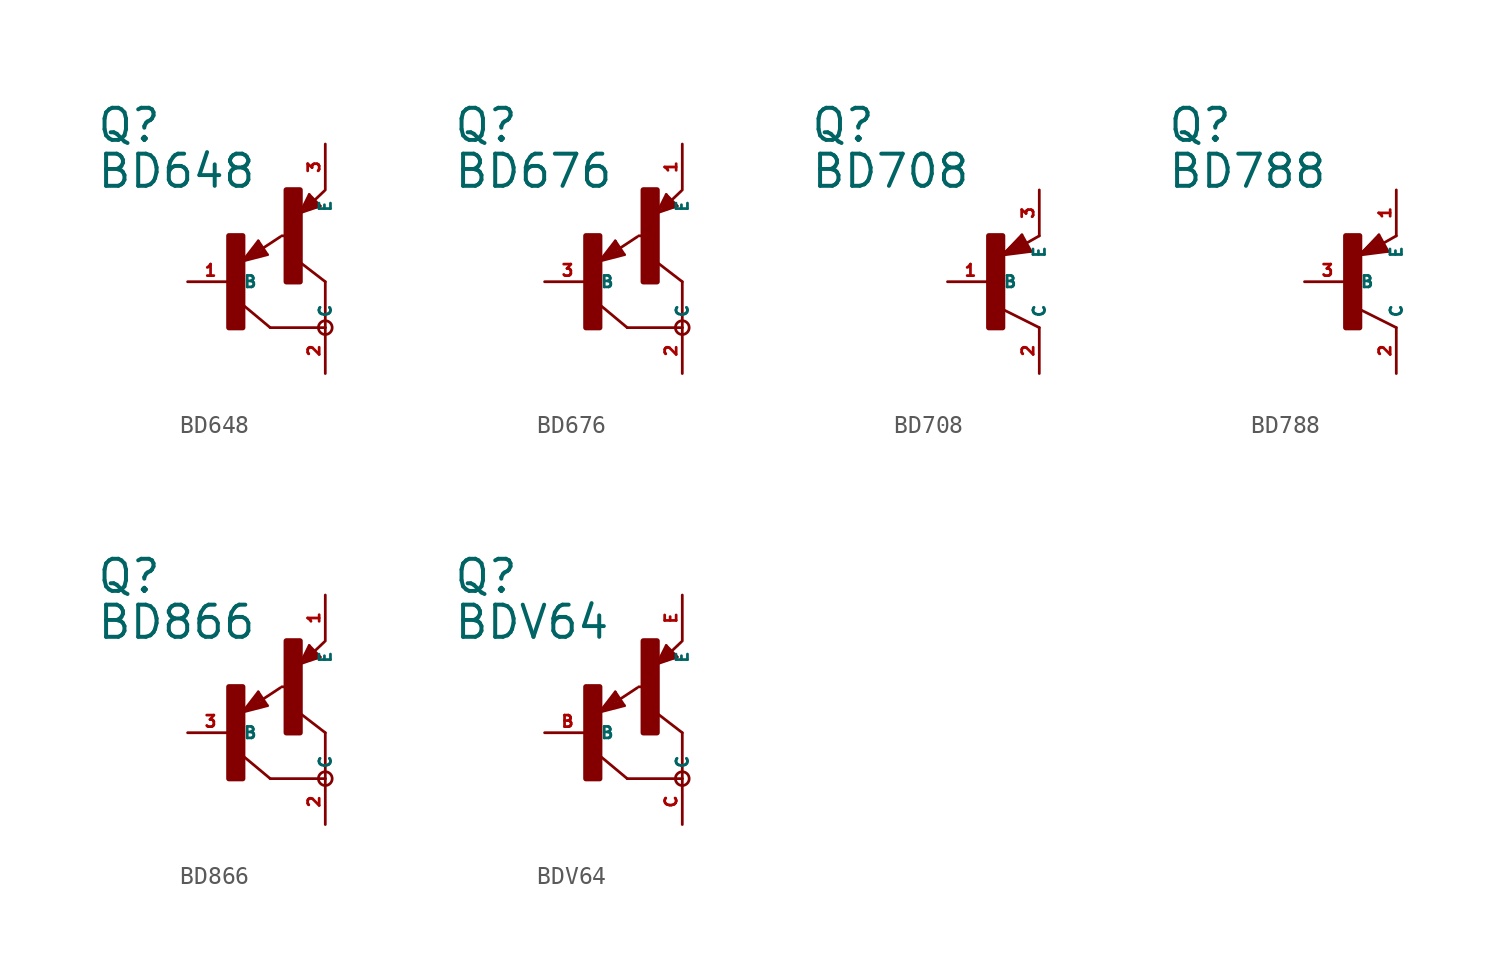
<source format=kicad_sym>
(kicad_symbol_lib
  (version 20220914)
  (generator Eagle2Kicad)
  (symbol "BD648"
    (property "Reference" "Q"
      (at -7.62 7.62 0)
      (effects (font (size 1.778 1.778) (thickness 0.22)) (justify left bottom)))
    (property "Value" "BD648"
      (at -7.62 5.08 0)
      (effects (font (size 1.778 1.778) (thickness 0.22)) (justify left bottom)))
    (polyline
      (pts (xy 5.08 -2.54) (xy 2.032 -2.54))
      (stroke (width 0.152) (type default))
      (fill (type none)))
    (polyline
      (pts (xy 2.032 -2.54) (xy 0.508 -1.27))
      (stroke (width 0.152) (type default))
      (fill (type none)))
    (polyline
      (pts (xy 5.08 0) (xy 3.429 1.27))
      (stroke (width 0.152) (type default))
      (fill (type none)))
    (polyline
      (pts (xy 1.37 2.259) (xy 0.508 1.143))
      (stroke (width 0.152) (type default))
      (fill (type none)))
    (polyline
      (pts (xy 1.878 1.497) (xy 1.37 2.259))
      (stroke (width 0.152) (type default))
      (fill (type none)))
    (polyline
      (pts (xy 0.508 1.143) (xy 1.878 1.497))
      (stroke (width 0.152) (type default))
      (fill (type none)))
    (polyline
      (pts (xy 1.608 1.843) (xy 2.586 2.486))
      (stroke (width 0.152) (type default))
      (fill (type none)))
    (polyline
      (pts (xy 0.635 1.27) (xy 1.397 2.159))
      (stroke (width 0.127) (type default))
      (fill (type none)))
    (polyline
      (pts (xy 1.397 2.159) (xy 1.778 1.524))
      (stroke (width 0.127) (type default))
      (fill (type none)))
    (polyline
      (pts (xy 1.778 1.524) (xy 0.762 1.27))
      (stroke (width 0.127) (type default))
      (fill (type none)))
    (polyline
      (pts (xy 0.762 1.27) (xy 1.397 2.032))
      (stroke (width 0.127) (type default))
      (fill (type none)))
    (polyline
      (pts (xy 1.397 2.032) (xy 1.651 1.651))
      (stroke (width 0.127) (type default))
      (fill (type none)))
    (polyline
      (pts (xy 1.651 1.651) (xy 0.889 1.397))
      (stroke (width 0.254) (type default))
      (fill (type none)))
    (polyline
      (pts (xy 0.889 1.397) (xy 1.397 1.905))
      (stroke (width 0.254) (type default))
      (fill (type none)))
    (polyline
      (pts (xy 1.397 1.905) (xy 1.397 1.778))
      (stroke (width 0.254) (type default))
      (fill (type none)))
    (polyline
      (pts (xy 3.683 3.81) (xy 4.799 4.191))
      (stroke (width 0.152) (type default))
      (fill (type none)))
    (polyline
      (pts (xy 4.191 4.826) (xy 3.683 3.81))
      (stroke (width 0.152) (type default))
      (fill (type none)))
    (polyline
      (pts (xy 4.799 4.191) (xy 4.191 4.826))
      (stroke (width 0.152) (type default))
      (fill (type none)))
    (polyline
      (pts (xy 4.483 4.51) (xy 5.026 5.026))
      (stroke (width 0.152) (type default))
      (fill (type none)))
    (polyline
      (pts (xy 3.81 3.937) (xy 4.191 4.699))
      (stroke (width 0.127) (type default))
      (fill (type none)))
    (polyline
      (pts (xy 4.191 4.699) (xy 4.699 4.191))
      (stroke (width 0.127) (type default))
      (fill (type none)))
    (polyline
      (pts (xy 4.699 4.191) (xy 3.937 3.937))
      (stroke (width 0.127) (type default))
      (fill (type none)))
    (polyline
      (pts (xy 3.937 3.937) (xy 4.191 4.572))
      (stroke (width 0.127) (type default))
      (fill (type none)))
    (polyline
      (pts (xy 4.191 4.572) (xy 4.572 4.191))
      (stroke (width 0.254) (type default))
      (fill (type none)))
    (polyline
      (pts (xy 4.572 4.191) (xy 4.064 4.064))
      (stroke (width 0.254) (type default))
      (fill (type none)))
    (polyline
      (pts (xy 4.064 4.064) (xy 4.191 4.318))
      (stroke (width 0.254) (type default))
      (fill (type none)))
    (polyline
      (pts (xy 4.191 4.318) (xy 4.318 4.318))
      (stroke (width 0.254) (type default))
      (fill (type none)))
    (polyline
      (pts (xy 5.08 -2.54) (xy 5.08 0))
      (stroke (width 0.152) (type default))
      (fill (type none)))
    (polyline
      (pts (xy 2.667 2.54) (xy 2.921 2.54))
      (stroke (width 0.152) (type default))
      (fill (type none)))
    (circle
      (center 5.08 -2.54)
      (radius 0.381)
      (stroke (width 0) (type default))
      (fill (type none)))
    (rectangle
      (start -0.254 -2.54)
      (end 0.508 2.54)
      (stroke (width 0.3) (type default))
      (fill (type outline)))
    (rectangle
      (start 2.921 0)
      (end 3.683 5.08)
      (stroke (width 0.3) (type default))
      (fill (type outline)))
    (pin passive line
      (at -2.54 0 0)
      (length 2.54)
      (name "B" (effects (font (size 0.635 0.635) (thickness 0.08)) (justify left bottom)))
      (number "1" (effects (font (size 0.635 0.635) (thickness 0.08)) (justify left bottom))))
    (pin passive line
      (at 5.08 7.62 270)
      (length 2.54)
      (name "E" (effects (font (size 0.635 0.635) (thickness 0.08)) (justify left bottom)))
      (number "3" (effects (font (size 0.635 0.635) (thickness 0.08)) (justify left bottom))))
    (pin passive line
      (at 5.08 -5.08 90)
      (length 2.54)
      (name "C" (effects (font (size 0.635 0.635) (thickness 0.08)) (justify left bottom)))
      (number "2" (effects (font (size 0.635 0.635) (thickness 0.08)) (justify left bottom)))))
  (symbol "BD676"
    (property "Reference" "Q"
      (at -7.62 7.62 0)
      (effects (font (size 1.778 1.778) (thickness 0.22)) (justify left bottom)))
    (property "Value" "BD676"
      (at -7.62 5.08 0)
      (effects (font (size 1.778 1.778) (thickness 0.22)) (justify left bottom)))
    (polyline
      (pts (xy 5.08 -2.54) (xy 2.032 -2.54))
      (stroke (width 0.152) (type default))
      (fill (type none)))
    (polyline
      (pts (xy 2.032 -2.54) (xy 0.508 -1.27))
      (stroke (width 0.152) (type default))
      (fill (type none)))
    (polyline
      (pts (xy 5.08 0) (xy 3.429 1.27))
      (stroke (width 0.152) (type default))
      (fill (type none)))
    (polyline
      (pts (xy 1.37 2.259) (xy 0.508 1.143))
      (stroke (width 0.152) (type default))
      (fill (type none)))
    (polyline
      (pts (xy 1.878 1.497) (xy 1.37 2.259))
      (stroke (width 0.152) (type default))
      (fill (type none)))
    (polyline
      (pts (xy 0.508 1.143) (xy 1.878 1.497))
      (stroke (width 0.152) (type default))
      (fill (type none)))
    (polyline
      (pts (xy 1.608 1.843) (xy 2.586 2.486))
      (stroke (width 0.152) (type default))
      (fill (type none)))
    (polyline
      (pts (xy 0.635 1.27) (xy 1.397 2.159))
      (stroke (width 0.127) (type default))
      (fill (type none)))
    (polyline
      (pts (xy 1.397 2.159) (xy 1.778 1.524))
      (stroke (width 0.127) (type default))
      (fill (type none)))
    (polyline
      (pts (xy 1.778 1.524) (xy 0.762 1.27))
      (stroke (width 0.127) (type default))
      (fill (type none)))
    (polyline
      (pts (xy 0.762 1.27) (xy 1.397 2.032))
      (stroke (width 0.127) (type default))
      (fill (type none)))
    (polyline
      (pts (xy 1.397 2.032) (xy 1.651 1.651))
      (stroke (width 0.127) (type default))
      (fill (type none)))
    (polyline
      (pts (xy 1.651 1.651) (xy 0.889 1.397))
      (stroke (width 0.254) (type default))
      (fill (type none)))
    (polyline
      (pts (xy 0.889 1.397) (xy 1.397 1.905))
      (stroke (width 0.254) (type default))
      (fill (type none)))
    (polyline
      (pts (xy 1.397 1.905) (xy 1.397 1.778))
      (stroke (width 0.254) (type default))
      (fill (type none)))
    (polyline
      (pts (xy 3.683 3.81) (xy 4.799 4.191))
      (stroke (width 0.152) (type default))
      (fill (type none)))
    (polyline
      (pts (xy 4.191 4.826) (xy 3.683 3.81))
      (stroke (width 0.152) (type default))
      (fill (type none)))
    (polyline
      (pts (xy 4.799 4.191) (xy 4.191 4.826))
      (stroke (width 0.152) (type default))
      (fill (type none)))
    (polyline
      (pts (xy 4.483 4.51) (xy 5.026 5.026))
      (stroke (width 0.152) (type default))
      (fill (type none)))
    (polyline
      (pts (xy 3.81 3.937) (xy 4.191 4.699))
      (stroke (width 0.127) (type default))
      (fill (type none)))
    (polyline
      (pts (xy 4.191 4.699) (xy 4.699 4.191))
      (stroke (width 0.127) (type default))
      (fill (type none)))
    (polyline
      (pts (xy 4.699 4.191) (xy 3.937 3.937))
      (stroke (width 0.127) (type default))
      (fill (type none)))
    (polyline
      (pts (xy 3.937 3.937) (xy 4.191 4.572))
      (stroke (width 0.127) (type default))
      (fill (type none)))
    (polyline
      (pts (xy 4.191 4.572) (xy 4.572 4.191))
      (stroke (width 0.254) (type default))
      (fill (type none)))
    (polyline
      (pts (xy 4.572 4.191) (xy 4.064 4.064))
      (stroke (width 0.254) (type default))
      (fill (type none)))
    (polyline
      (pts (xy 4.064 4.064) (xy 4.191 4.318))
      (stroke (width 0.254) (type default))
      (fill (type none)))
    (polyline
      (pts (xy 4.191 4.318) (xy 4.318 4.318))
      (stroke (width 0.254) (type default))
      (fill (type none)))
    (polyline
      (pts (xy 5.08 -2.54) (xy 5.08 0))
      (stroke (width 0.152) (type default))
      (fill (type none)))
    (polyline
      (pts (xy 2.667 2.54) (xy 2.921 2.54))
      (stroke (width 0.152) (type default))
      (fill (type none)))
    (circle
      (center 5.08 -2.54)
      (radius 0.381)
      (stroke (width 0) (type default))
      (fill (type none)))
    (rectangle
      (start -0.254 -2.54)
      (end 0.508 2.54)
      (stroke (width 0.3) (type default))
      (fill (type outline)))
    (rectangle
      (start 2.921 0)
      (end 3.683 5.08)
      (stroke (width 0.3) (type default))
      (fill (type outline)))
    (pin passive line
      (at -2.54 0 0)
      (length 2.54)
      (name "B" (effects (font (size 0.635 0.635) (thickness 0.08)) (justify left bottom)))
      (number "3" (effects (font (size 0.635 0.635) (thickness 0.08)) (justify left bottom))))
    (pin passive line
      (at 5.08 7.62 270)
      (length 2.54)
      (name "E" (effects (font (size 0.635 0.635) (thickness 0.08)) (justify left bottom)))
      (number "1" (effects (font (size 0.635 0.635) (thickness 0.08)) (justify left bottom))))
    (pin passive line
      (at 5.08 -5.08 90)
      (length 2.54)
      (name "C" (effects (font (size 0.635 0.635) (thickness 0.08)) (justify left bottom)))
      (number "2" (effects (font (size 0.635 0.635) (thickness 0.08)) (justify left bottom)))))
  (symbol "BD708"
    (property "Reference" "Q"
      (at -10.16 7.62 0)
      (effects (font (size 1.778 1.778) (thickness 0.22)) (justify left bottom)))
    (property "Value" "BD708"
      (at -10.16 5.08 0)
      (effects (font (size 1.778 1.778) (thickness 0.22)) (justify left bottom)))
    (polyline
      (pts (xy 2.086 1.678) (xy 1.578 2.594))
      (stroke (width 0.152) (type default))
      (fill (type none)))
    (polyline
      (pts (xy 1.578 2.594) (xy 0.516 1.478))
      (stroke (width 0.152) (type default))
      (fill (type none)))
    (polyline
      (pts (xy 0.516 1.478) (xy 2.086 1.678))
      (stroke (width 0.152) (type default))
      (fill (type none)))
    (polyline
      (pts (xy 2.54 2.54) (xy 1.808 2.124))
      (stroke (width 0.152) (type default))
      (fill (type none)))
    (polyline
      (pts (xy 2.54 -2.54) (xy 0.508 -1.524))
      (stroke (width 0.152) (type default))
      (fill (type none)))
    (polyline
      (pts (xy 1.905 1.778) (xy 1.524 2.413))
      (stroke (width 0.254) (type default))
      (fill (type none)))
    (polyline
      (pts (xy 1.524 2.413) (xy 0.762 1.651))
      (stroke (width 0.254) (type default))
      (fill (type none)))
    (polyline
      (pts (xy 0.762 1.651) (xy 1.778 1.778))
      (stroke (width 0.254) (type default))
      (fill (type none)))
    (polyline
      (pts (xy 1.778 1.778) (xy 1.524 2.159))
      (stroke (width 0.254) (type default))
      (fill (type none)))
    (polyline
      (pts (xy 1.524 2.159) (xy 1.143 1.905))
      (stroke (width 0.254) (type default))
      (fill (type none)))
    (polyline
      (pts (xy 1.143 1.905) (xy 1.524 1.905))
      (stroke (width 0.254) (type default))
      (fill (type none)))
    (rectangle
      (start -0.254 -2.54)
      (end 0.508 2.54)
      (stroke (width 0.3) (type default))
      (fill (type outline)))
    (pin passive line
      (at -2.54 0 0)
      (length 2.54)
      (name "B" (effects (font (size 0.635 0.635) (thickness 0.08)) (justify left bottom)))
      (number "1" (effects (font (size 0.635 0.635) (thickness 0.08)) (justify left bottom))))
    (pin passive line
      (at 2.54 5.08 270)
      (length 2.54)
      (name "E" (effects (font (size 0.635 0.635) (thickness 0.08)) (justify left bottom)))
      (number "3" (effects (font (size 0.635 0.635) (thickness 0.08)) (justify left bottom))))
    (pin passive line
      (at 2.54 -5.08 90)
      (length 2.54)
      (name "C" (effects (font (size 0.635 0.635) (thickness 0.08)) (justify left bottom)))
      (number "2" (effects (font (size 0.635 0.635) (thickness 0.08)) (justify left bottom)))))
  (symbol "BD788"
    (property "Reference" "Q"
      (at -10.16 7.62 0)
      (effects (font (size 1.778 1.778) (thickness 0.22)) (justify left bottom)))
    (property "Value" "BD788"
      (at -10.16 5.08 0)
      (effects (font (size 1.778 1.778) (thickness 0.22)) (justify left bottom)))
    (polyline
      (pts (xy 2.086 1.678) (xy 1.578 2.594))
      (stroke (width 0.152) (type default))
      (fill (type none)))
    (polyline
      (pts (xy 1.578 2.594) (xy 0.516 1.478))
      (stroke (width 0.152) (type default))
      (fill (type none)))
    (polyline
      (pts (xy 0.516 1.478) (xy 2.086 1.678))
      (stroke (width 0.152) (type default))
      (fill (type none)))
    (polyline
      (pts (xy 2.54 2.54) (xy 1.808 2.124))
      (stroke (width 0.152) (type default))
      (fill (type none)))
    (polyline
      (pts (xy 2.54 -2.54) (xy 0.508 -1.524))
      (stroke (width 0.152) (type default))
      (fill (type none)))
    (polyline
      (pts (xy 1.905 1.778) (xy 1.524 2.413))
      (stroke (width 0.254) (type default))
      (fill (type none)))
    (polyline
      (pts (xy 1.524 2.413) (xy 0.762 1.651))
      (stroke (width 0.254) (type default))
      (fill (type none)))
    (polyline
      (pts (xy 0.762 1.651) (xy 1.778 1.778))
      (stroke (width 0.254) (type default))
      (fill (type none)))
    (polyline
      (pts (xy 1.778 1.778) (xy 1.524 2.159))
      (stroke (width 0.254) (type default))
      (fill (type none)))
    (polyline
      (pts (xy 1.524 2.159) (xy 1.143 1.905))
      (stroke (width 0.254) (type default))
      (fill (type none)))
    (polyline
      (pts (xy 1.143 1.905) (xy 1.524 1.905))
      (stroke (width 0.254) (type default))
      (fill (type none)))
    (rectangle
      (start -0.254 -2.54)
      (end 0.508 2.54)
      (stroke (width 0.3) (type default))
      (fill (type outline)))
    (pin passive line
      (at -2.54 0 0)
      (length 2.54)
      (name "B" (effects (font (size 0.635 0.635) (thickness 0.08)) (justify left bottom)))
      (number "3" (effects (font (size 0.635 0.635) (thickness 0.08)) (justify left bottom))))
    (pin passive line
      (at 2.54 5.08 270)
      (length 2.54)
      (name "E" (effects (font (size 0.635 0.635) (thickness 0.08)) (justify left bottom)))
      (number "1" (effects (font (size 0.635 0.635) (thickness 0.08)) (justify left bottom))))
    (pin passive line
      (at 2.54 -5.08 90)
      (length 2.54)
      (name "C" (effects (font (size 0.635 0.635) (thickness 0.08)) (justify left bottom)))
      (number "2" (effects (font (size 0.635 0.635) (thickness 0.08)) (justify left bottom)))))
  (symbol "BD866"
    (property "Reference" "Q"
      (at -7.62 7.62 0)
      (effects (font (size 1.778 1.778) (thickness 0.22)) (justify left bottom)))
    (property "Value" "BD866"
      (at -7.62 5.08 0)
      (effects (font (size 1.778 1.778) (thickness 0.22)) (justify left bottom)))
    (polyline
      (pts (xy 5.08 -2.54) (xy 2.032 -2.54))
      (stroke (width 0.152) (type default))
      (fill (type none)))
    (polyline
      (pts (xy 2.032 -2.54) (xy 0.508 -1.27))
      (stroke (width 0.152) (type default))
      (fill (type none)))
    (polyline
      (pts (xy 5.08 0) (xy 3.429 1.27))
      (stroke (width 0.152) (type default))
      (fill (type none)))
    (polyline
      (pts (xy 1.37 2.259) (xy 0.508 1.143))
      (stroke (width 0.152) (type default))
      (fill (type none)))
    (polyline
      (pts (xy 1.878 1.497) (xy 1.37 2.259))
      (stroke (width 0.152) (type default))
      (fill (type none)))
    (polyline
      (pts (xy 0.508 1.143) (xy 1.878 1.497))
      (stroke (width 0.152) (type default))
      (fill (type none)))
    (polyline
      (pts (xy 1.608 1.843) (xy 2.586 2.486))
      (stroke (width 0.152) (type default))
      (fill (type none)))
    (polyline
      (pts (xy 0.635 1.27) (xy 1.397 2.159))
      (stroke (width 0.127) (type default))
      (fill (type none)))
    (polyline
      (pts (xy 1.397 2.159) (xy 1.778 1.524))
      (stroke (width 0.127) (type default))
      (fill (type none)))
    (polyline
      (pts (xy 1.778 1.524) (xy 0.762 1.27))
      (stroke (width 0.127) (type default))
      (fill (type none)))
    (polyline
      (pts (xy 0.762 1.27) (xy 1.397 2.032))
      (stroke (width 0.127) (type default))
      (fill (type none)))
    (polyline
      (pts (xy 1.397 2.032) (xy 1.651 1.651))
      (stroke (width 0.127) (type default))
      (fill (type none)))
    (polyline
      (pts (xy 1.651 1.651) (xy 0.889 1.397))
      (stroke (width 0.254) (type default))
      (fill (type none)))
    (polyline
      (pts (xy 0.889 1.397) (xy 1.397 1.905))
      (stroke (width 0.254) (type default))
      (fill (type none)))
    (polyline
      (pts (xy 1.397 1.905) (xy 1.397 1.778))
      (stroke (width 0.254) (type default))
      (fill (type none)))
    (polyline
      (pts (xy 3.683 3.81) (xy 4.799 4.191))
      (stroke (width 0.152) (type default))
      (fill (type none)))
    (polyline
      (pts (xy 4.191 4.826) (xy 3.683 3.81))
      (stroke (width 0.152) (type default))
      (fill (type none)))
    (polyline
      (pts (xy 4.799 4.191) (xy 4.191 4.826))
      (stroke (width 0.152) (type default))
      (fill (type none)))
    (polyline
      (pts (xy 4.483 4.51) (xy 5.026 5.026))
      (stroke (width 0.152) (type default))
      (fill (type none)))
    (polyline
      (pts (xy 3.81 3.937) (xy 4.191 4.699))
      (stroke (width 0.127) (type default))
      (fill (type none)))
    (polyline
      (pts (xy 4.191 4.699) (xy 4.699 4.191))
      (stroke (width 0.127) (type default))
      (fill (type none)))
    (polyline
      (pts (xy 4.699 4.191) (xy 3.937 3.937))
      (stroke (width 0.127) (type default))
      (fill (type none)))
    (polyline
      (pts (xy 3.937 3.937) (xy 4.191 4.572))
      (stroke (width 0.127) (type default))
      (fill (type none)))
    (polyline
      (pts (xy 4.191 4.572) (xy 4.572 4.191))
      (stroke (width 0.254) (type default))
      (fill (type none)))
    (polyline
      (pts (xy 4.572 4.191) (xy 4.064 4.064))
      (stroke (width 0.254) (type default))
      (fill (type none)))
    (polyline
      (pts (xy 4.064 4.064) (xy 4.191 4.318))
      (stroke (width 0.254) (type default))
      (fill (type none)))
    (polyline
      (pts (xy 4.191 4.318) (xy 4.318 4.318))
      (stroke (width 0.254) (type default))
      (fill (type none)))
    (polyline
      (pts (xy 5.08 -2.54) (xy 5.08 0))
      (stroke (width 0.152) (type default))
      (fill (type none)))
    (polyline
      (pts (xy 2.667 2.54) (xy 2.921 2.54))
      (stroke (width 0.152) (type default))
      (fill (type none)))
    (circle
      (center 5.08 -2.54)
      (radius 0.381)
      (stroke (width 0) (type default))
      (fill (type none)))
    (rectangle
      (start -0.254 -2.54)
      (end 0.508 2.54)
      (stroke (width 0.3) (type default))
      (fill (type outline)))
    (rectangle
      (start 2.921 0)
      (end 3.683 5.08)
      (stroke (width 0.3) (type default))
      (fill (type outline)))
    (pin passive line
      (at -2.54 0 0)
      (length 2.54)
      (name "B" (effects (font (size 0.635 0.635) (thickness 0.08)) (justify left bottom)))
      (number "3" (effects (font (size 0.635 0.635) (thickness 0.08)) (justify left bottom))))
    (pin passive line
      (at 5.08 7.62 270)
      (length 2.54)
      (name "E" (effects (font (size 0.635 0.635) (thickness 0.08)) (justify left bottom)))
      (number "1" (effects (font (size 0.635 0.635) (thickness 0.08)) (justify left bottom))))
    (pin passive line
      (at 5.08 -5.08 90)
      (length 2.54)
      (name "C" (effects (font (size 0.635 0.635) (thickness 0.08)) (justify left bottom)))
      (number "2" (effects (font (size 0.635 0.635) (thickness 0.08)) (justify left bottom)))))
  (symbol "BDV64"
    (property "Reference" "Q"
      (at -7.62 7.62 0)
      (effects (font (size 1.778 1.778) (thickness 0.22)) (justify left bottom)))
    (property "Value" "BDV64"
      (at -7.62 5.08 0)
      (effects (font (size 1.778 1.778) (thickness 0.22)) (justify left bottom)))
    (polyline
      (pts (xy 5.08 -2.54) (xy 2.032 -2.54))
      (stroke (width 0.152) (type default))
      (fill (type none)))
    (polyline
      (pts (xy 2.032 -2.54) (xy 0.508 -1.27))
      (stroke (width 0.152) (type default))
      (fill (type none)))
    (polyline
      (pts (xy 5.08 0) (xy 3.429 1.27))
      (stroke (width 0.152) (type default))
      (fill (type none)))
    (polyline
      (pts (xy 1.37 2.259) (xy 0.508 1.143))
      (stroke (width 0.152) (type default))
      (fill (type none)))
    (polyline
      (pts (xy 1.878 1.497) (xy 1.37 2.259))
      (stroke (width 0.152) (type default))
      (fill (type none)))
    (polyline
      (pts (xy 0.508 1.143) (xy 1.878 1.497))
      (stroke (width 0.152) (type default))
      (fill (type none)))
    (polyline
      (pts (xy 1.608 1.843) (xy 2.586 2.486))
      (stroke (width 0.152) (type default))
      (fill (type none)))
    (polyline
      (pts (xy 0.635 1.27) (xy 1.397 2.159))
      (stroke (width 0.127) (type default))
      (fill (type none)))
    (polyline
      (pts (xy 1.397 2.159) (xy 1.778 1.524))
      (stroke (width 0.127) (type default))
      (fill (type none)))
    (polyline
      (pts (xy 1.778 1.524) (xy 0.762 1.27))
      (stroke (width 0.127) (type default))
      (fill (type none)))
    (polyline
      (pts (xy 0.762 1.27) (xy 1.397 2.032))
      (stroke (width 0.127) (type default))
      (fill (type none)))
    (polyline
      (pts (xy 1.397 2.032) (xy 1.651 1.651))
      (stroke (width 0.127) (type default))
      (fill (type none)))
    (polyline
      (pts (xy 1.651 1.651) (xy 0.889 1.397))
      (stroke (width 0.254) (type default))
      (fill (type none)))
    (polyline
      (pts (xy 0.889 1.397) (xy 1.397 1.905))
      (stroke (width 0.254) (type default))
      (fill (type none)))
    (polyline
      (pts (xy 1.397 1.905) (xy 1.397 1.778))
      (stroke (width 0.254) (type default))
      (fill (type none)))
    (polyline
      (pts (xy 3.683 3.81) (xy 4.799 4.191))
      (stroke (width 0.152) (type default))
      (fill (type none)))
    (polyline
      (pts (xy 4.191 4.826) (xy 3.683 3.81))
      (stroke (width 0.152) (type default))
      (fill (type none)))
    (polyline
      (pts (xy 4.799 4.191) (xy 4.191 4.826))
      (stroke (width 0.152) (type default))
      (fill (type none)))
    (polyline
      (pts (xy 4.483 4.51) (xy 5.026 5.026))
      (stroke (width 0.152) (type default))
      (fill (type none)))
    (polyline
      (pts (xy 3.81 3.937) (xy 4.191 4.699))
      (stroke (width 0.127) (type default))
      (fill (type none)))
    (polyline
      (pts (xy 4.191 4.699) (xy 4.699 4.191))
      (stroke (width 0.127) (type default))
      (fill (type none)))
    (polyline
      (pts (xy 4.699 4.191) (xy 3.937 3.937))
      (stroke (width 0.127) (type default))
      (fill (type none)))
    (polyline
      (pts (xy 3.937 3.937) (xy 4.191 4.572))
      (stroke (width 0.127) (type default))
      (fill (type none)))
    (polyline
      (pts (xy 4.191 4.572) (xy 4.572 4.191))
      (stroke (width 0.254) (type default))
      (fill (type none)))
    (polyline
      (pts (xy 4.572 4.191) (xy 4.064 4.064))
      (stroke (width 0.254) (type default))
      (fill (type none)))
    (polyline
      (pts (xy 4.064 4.064) (xy 4.191 4.318))
      (stroke (width 0.254) (type default))
      (fill (type none)))
    (polyline
      (pts (xy 4.191 4.318) (xy 4.318 4.318))
      (stroke (width 0.254) (type default))
      (fill (type none)))
    (polyline
      (pts (xy 5.08 -2.54) (xy 5.08 0))
      (stroke (width 0.152) (type default))
      (fill (type none)))
    (polyline
      (pts (xy 2.667 2.54) (xy 2.921 2.54))
      (stroke (width 0.152) (type default))
      (fill (type none)))
    (circle
      (center 5.08 -2.54)
      (radius 0.381)
      (stroke (width 0) (type default))
      (fill (type none)))
    (rectangle
      (start -0.254 -2.54)
      (end 0.508 2.54)
      (stroke (width 0.3) (type default))
      (fill (type outline)))
    (rectangle
      (start 2.921 0)
      (end 3.683 5.08)
      (stroke (width 0.3) (type default))
      (fill (type outline)))
    (pin passive line
      (at -2.54 0 0)
      (length 2.54)
      (name "B" (effects (font (size 0.635 0.635) (thickness 0.08)) (justify left bottom)))
      (number "B" (effects (font (size 0.635 0.635) (thickness 0.08)) (justify left bottom))))
    (pin passive line
      (at 5.08 7.62 270)
      (length 2.54)
      (name "E" (effects (font (size 0.635 0.635) (thickness 0.08)) (justify left bottom)))
      (number "E" (effects (font (size 0.635 0.635) (thickness 0.08)) (justify left bottom))))
    (pin passive line
      (at 5.08 -5.08 90)
      (length 2.54)
      (name "C" (effects (font (size 0.635 0.635) (thickness 0.08)) (justify left bottom)))
      (number "C" (effects (font (size 0.635 0.635) (thickness 0.08)) (justify left bottom))))))
</source>
